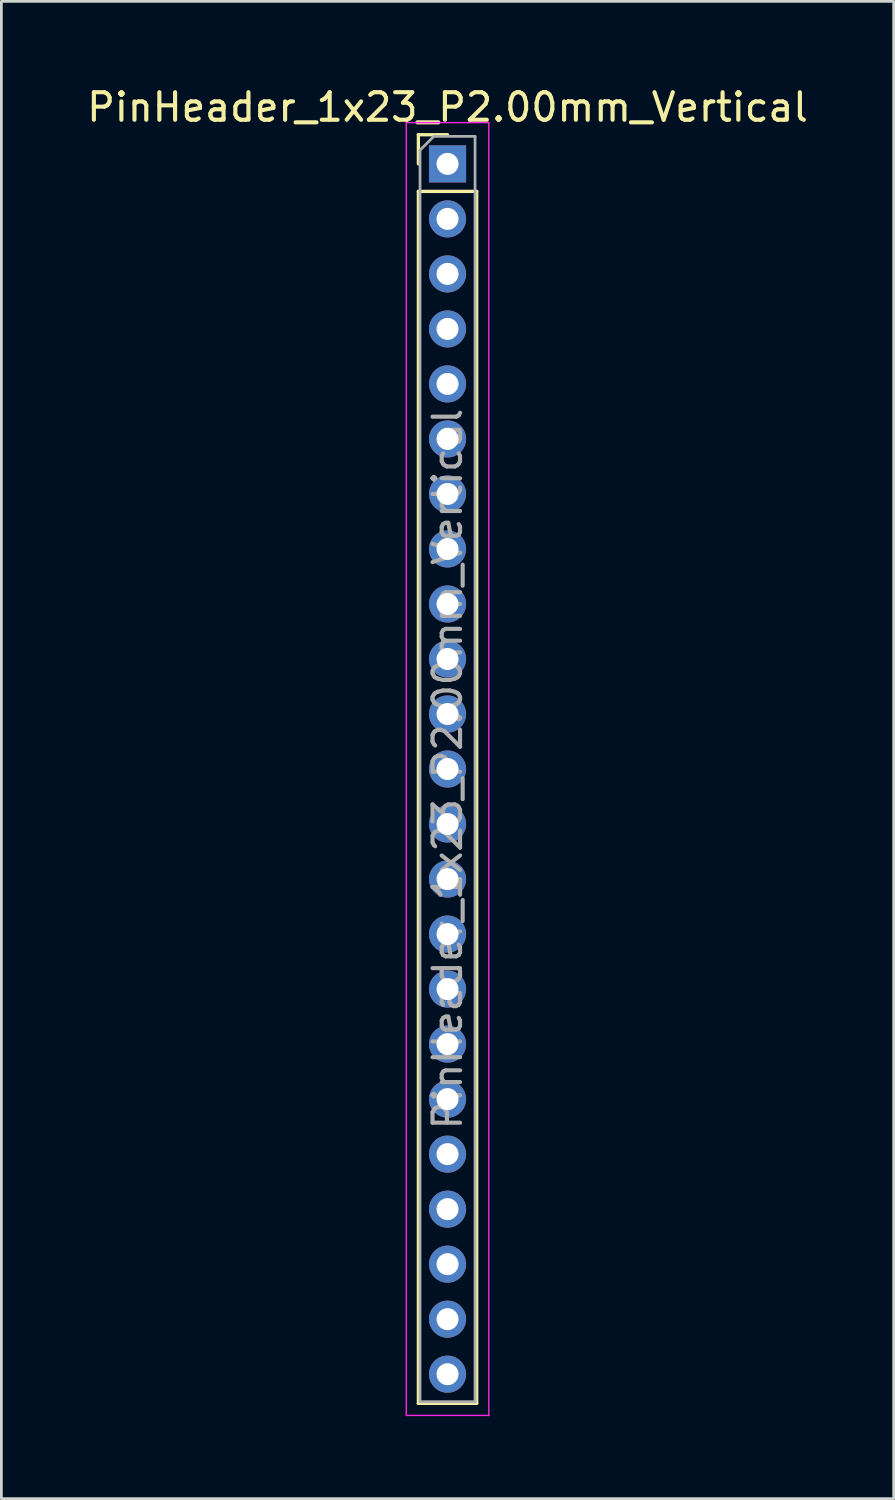
<source format=kicad_pcb>
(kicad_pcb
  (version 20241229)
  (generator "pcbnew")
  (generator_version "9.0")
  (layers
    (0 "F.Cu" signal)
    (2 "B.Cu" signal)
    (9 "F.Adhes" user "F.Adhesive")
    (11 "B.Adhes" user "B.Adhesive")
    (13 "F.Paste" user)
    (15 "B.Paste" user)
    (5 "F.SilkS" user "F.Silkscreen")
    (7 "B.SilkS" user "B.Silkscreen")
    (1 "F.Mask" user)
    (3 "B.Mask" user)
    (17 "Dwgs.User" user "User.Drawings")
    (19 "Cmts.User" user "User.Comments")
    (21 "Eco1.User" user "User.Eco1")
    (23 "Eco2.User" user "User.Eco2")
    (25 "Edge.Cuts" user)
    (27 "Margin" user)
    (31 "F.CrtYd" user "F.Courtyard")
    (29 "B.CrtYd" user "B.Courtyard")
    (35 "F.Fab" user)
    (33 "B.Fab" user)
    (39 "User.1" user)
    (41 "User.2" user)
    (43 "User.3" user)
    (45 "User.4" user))
  (footprint "PinHeader_1x23_P2.00mm_Vertical"
    (layer "F.Cu")
    (at 13.22 2.908)
    (property "Reference" "PinHeader_1x23_P2.00mm_Vertical" (at 0 -2.06 0) (layer "F.SilkS") (effects (font (size 1 1) (thickness 0.15))))
    (attr through_hole)
    (fp_line (start -1.06 -1.06) (end 0 -1.06) (stroke (width 0.12) (type solid)) (layer "F.SilkS"))
    (fp_line (start -1.06 0) (end -1.06 -1.06) (stroke (width 0.12) (type solid)) (layer "F.SilkS"))
    (fp_line (start -1.06 1) (end -1.06 45.06) (stroke (width 0.12) (type solid)) (layer "F.SilkS"))
    (fp_line (start -1.06 1) (end 1.06 1) (stroke (width 0.12) (type solid)) (layer "F.SilkS"))
    (fp_line (start -1.06 45.06) (end 1.06 45.06) (stroke (width 0.12) (type solid)) (layer "F.SilkS"))
    (fp_line (start 1.06 1) (end 1.06 45.06) (stroke (width 0.12) (type solid)) (layer "F.SilkS"))
    (fp_line (start -1.5 -1.5) (end -1.5 45.5) (stroke (width 0.05) (type solid)) (layer "F.CrtYd"))
    (fp_line (start -1.5 45.5) (end 1.5 45.5) (stroke (width 0.05) (type solid)) (layer "F.CrtYd"))
    (fp_line (start 1.5 -1.5) (end -1.5 -1.5) (stroke (width 0.05) (type solid)) (layer "F.CrtYd"))
    (fp_line (start 1.5 45.5) (end 1.5 -1.5) (stroke (width 0.05) (type solid)) (layer "F.CrtYd"))
    (fp_line (start -1 -0.5) (end -0.5 -1) (stroke (width 0.1) (type solid)) (layer "F.Fab"))
    (fp_line (start -1 45) (end -1 -0.5) (stroke (width 0.1) (type solid)) (layer "F.Fab"))
    (fp_line (start -0.5 -1) (end 1 -1) (stroke (width 0.1) (type solid)) (layer "F.Fab"))
    (fp_line (start 1 -1) (end 1 45) (stroke (width 0.1) (type solid)) (layer "F.Fab"))
    (fp_line (start 1 45) (end -1 45) (stroke (width 0.1) (type solid)) (layer "F.Fab"))
    (fp_text user "${REFERENCE}" (at 0 22 90) (layer "F.Fab") (effects (font (size 1 1) (thickness 0.15))))
    (pad "1" thru_hole rect (at 0 0) (size 1.35 1.35) (drill 0.8) (layers "*.Cu" "*.Mask"))
    (pad "2" thru_hole oval (at 0 2) (size 1.35 1.35) (drill 0.8) (layers "*.Cu" "*.Mask"))
    (pad "3" thru_hole oval (at 0 4) (size 1.35 1.35) (drill 0.8) (layers "*.Cu" "*.Mask"))
    (pad "4" thru_hole oval (at 0 6) (size 1.35 1.35) (drill 0.8) (layers "*.Cu" "*.Mask"))
    (pad "5" thru_hole oval (at 0 8) (size 1.35 1.35) (drill 0.8) (layers "*.Cu" "*.Mask"))
    (pad "6" thru_hole oval (at 0 10) (size 1.35 1.35) (drill 0.8) (layers "*.Cu" "*.Mask"))
    (pad "7" thru_hole oval (at 0 12) (size 1.35 1.35) (drill 0.8) (layers "*.Cu" "*.Mask"))
    (pad "8" thru_hole oval (at 0 14) (size 1.35 1.35) (drill 0.8) (layers "*.Cu" "*.Mask"))
    (pad "9" thru_hole oval (at 0 16) (size 1.35 1.35) (drill 0.8) (layers "*.Cu" "*.Mask"))
    (pad "10" thru_hole oval (at 0 18) (size 1.35 1.35) (drill 0.8) (layers "*.Cu" "*.Mask"))
    (pad "11" thru_hole oval (at 0 20) (size 1.35 1.35) (drill 0.8) (layers "*.Cu" "*.Mask"))
    (pad "12" thru_hole oval (at 0 22) (size 1.35 1.35) (drill 0.8) (layers "*.Cu" "*.Mask"))
    (pad "13" thru_hole oval (at 0 24) (size 1.35 1.35) (drill 0.8) (layers "*.Cu" "*.Mask"))
    (pad "14" thru_hole oval (at 0 26) (size 1.35 1.35) (drill 0.8) (layers "*.Cu" "*.Mask"))
    (pad "15" thru_hole oval (at 0 28) (size 1.35 1.35) (drill 0.8) (layers "*.Cu" "*.Mask"))
    (pad "16" thru_hole oval (at 0 30) (size 1.35 1.35) (drill 0.8) (layers "*.Cu" "*.Mask"))
    (pad "17" thru_hole oval (at 0 32) (size 1.35 1.35) (drill 0.8) (layers "*.Cu" "*.Mask"))
    (pad "18" thru_hole oval (at 0 34) (size 1.35 1.35) (drill 0.8) (layers "*.Cu" "*.Mask"))
    (pad "19" thru_hole oval (at 0 36) (size 1.35 1.35) (drill 0.8) (layers "*.Cu" "*.Mask"))
    (pad "20" thru_hole oval (at 0 38) (size 1.35 1.35) (drill 0.8) (layers "*.Cu" "*.Mask"))
    (pad "21" thru_hole oval (at 0 40) (size 1.35 1.35) (drill 0.8) (layers "*.Cu" "*.Mask"))
    (pad "22" thru_hole oval (at 0 42) (size 1.35 1.35) (drill 0.8) (layers "*.Cu" "*.Mask"))
    (pad "23" thru_hole oval (at 0 44) (size 1.35 1.35) (drill 0.8) (layers "*.Cu" "*.Mask")))
  (gr_rect
    (start -3 -3)
    (end 29.44 51.433)
    (stroke (width 0.1) (type default))
    (fill no)
    (layer "Edge.Cuts")))
</source>
